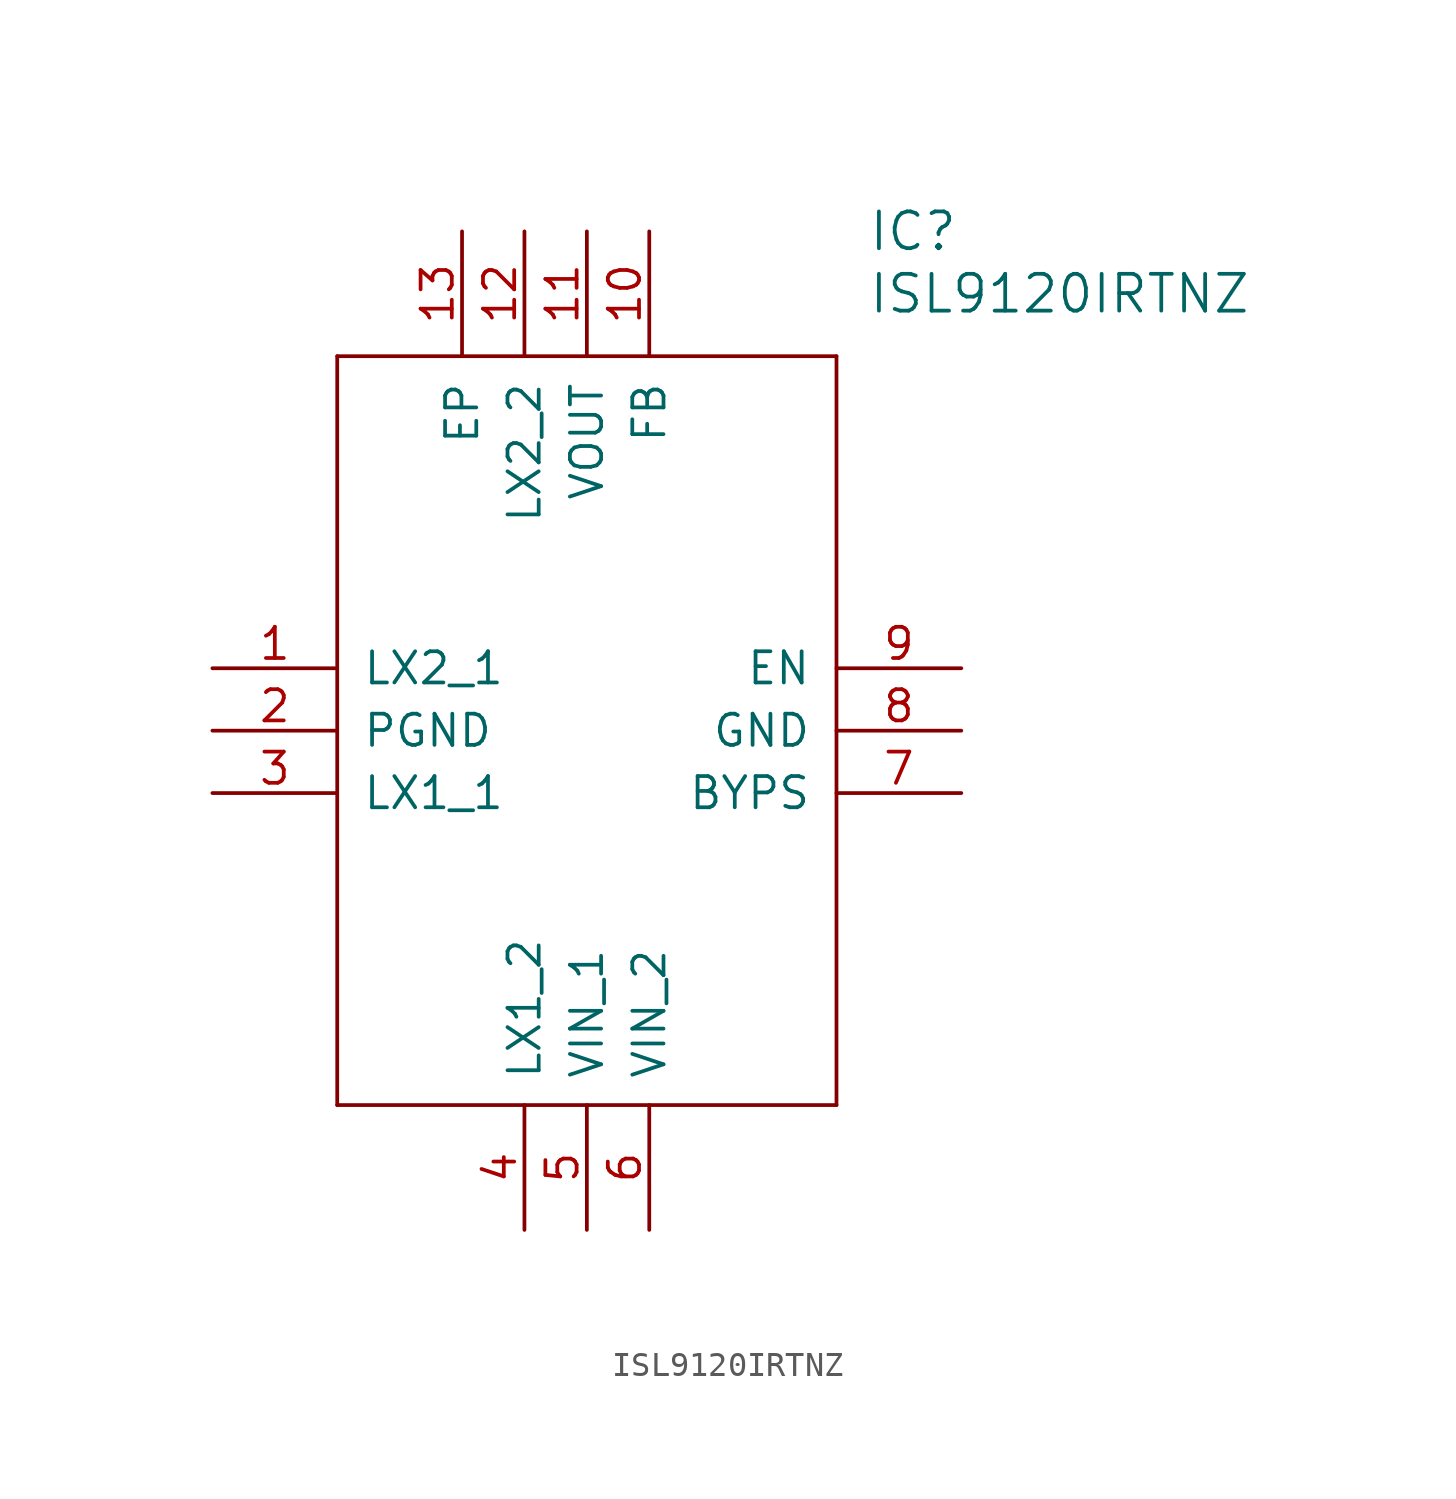
<source format=kicad_sym>
(kicad_symbol_lib
  (version 20211014)
  (generator kicad_symbol_editor)
  (symbol "ISL9120IRTNZ"
    (pin_names
      (offset 1.016))
    (property "Reference" "IC"
      (at 26.67 17.78 0)
      (effects (font (size 1.499 1.499)) (justify left)))
    (property "Value" "ISL9120IRTNZ"
      (at 26.67 15.24 0)
      (effects (font (size 1.499 1.499)) (justify left)))
    (property "ki_locked" ""
      (at 0 0 0)
      (effects (font (size 1.27 1.27))))
    (symbol "ISL9120IRTNZ_1_0"
      (polyline (pts (xy 5.08 12.7) (xy 5.08 -17.78)) (stroke (width 0) (type default) (color 0 0 0 0)) (fill (type none)))
      (polyline (pts (xy 5.08 12.7) (xy 25.4 12.7)) (stroke (width 0) (type default) (color 0 0 0 0)) (fill (type none)))
      (polyline (pts (xy 25.4 -17.78) (xy 5.08 -17.78)) (stroke (width 0) (type default) (color 0 0 0 0)) (fill (type none)))
      (polyline (pts (xy 25.4 -17.78) (xy 25.4 12.7)) (stroke (width 0) (type default) (color 0 0 0 0)) (fill (type none)))
      (pin bidirectional line (at 0 0 0) (length 5.08) (name "LX2_1" (effects (font (size 1.27 1.27)))) (number "1" (effects (font (size 1.27 1.27)))))
      (pin bidirectional line (at 17.78 17.78 270) (length 5.08) (name "FB" (effects (font (size 1.27 1.27)))) (number "10" (effects (font (size 1.27 1.27)))))
      (pin bidirectional line (at 15.24 17.78 270) (length 5.08) (name "VOUT" (effects (font (size 1.27 1.27)))) (number "11" (effects (font (size 1.27 1.27)))))
      (pin bidirectional line (at 12.7 17.78 270) (length 5.08) (name "LX2_2" (effects (font (size 1.27 1.27)))) (number "12" (effects (font (size 1.27 1.27)))))
      (pin bidirectional line (at 10.16 17.78 270) (length 5.08) (name "EP" (effects (font (size 1.27 1.27)))) (number "13" (effects (font (size 1.27 1.27)))))
      (pin bidirectional line (at 0 -2.54 0) (length 5.08) (name "PGND" (effects (font (size 1.27 1.27)))) (number "2" (effects (font (size 1.27 1.27)))))
      (pin bidirectional line (at 0 -5.08 0) (length 5.08) (name "LX1_1" (effects (font (size 1.27 1.27)))) (number "3" (effects (font (size 1.27 1.27)))))
      (pin bidirectional line (at 12.7 -22.86 90) (length 5.08) (name "LX1_2" (effects (font (size 1.27 1.27)))) (number "4" (effects (font (size 1.27 1.27)))))
      (pin bidirectional line (at 15.24 -22.86 90) (length 5.08) (name "VIN_1" (effects (font (size 1.27 1.27)))) (number "5" (effects (font (size 1.27 1.27)))))
      (pin bidirectional line (at 17.78 -22.86 90) (length 5.08) (name "VIN_2" (effects (font (size 1.27 1.27)))) (number "6" (effects (font (size 1.27 1.27)))))
      (pin bidirectional line (at 30.48 -5.08 180) (length 5.08) (name "BYPS" (effects (font (size 1.27 1.27)))) (number "7" (effects (font (size 1.27 1.27)))))
      (pin bidirectional line (at 30.48 -2.54 180) (length 5.08) (name "GND" (effects (font (size 1.27 1.27)))) (number "8" (effects (font (size 1.27 1.27)))))
      (pin bidirectional line (at 30.48 0 180) (length 5.08) (name "EN" (effects (font (size 1.27 1.27)))) (number "9" (effects (font (size 1.27 1.27))))))))
</source>
